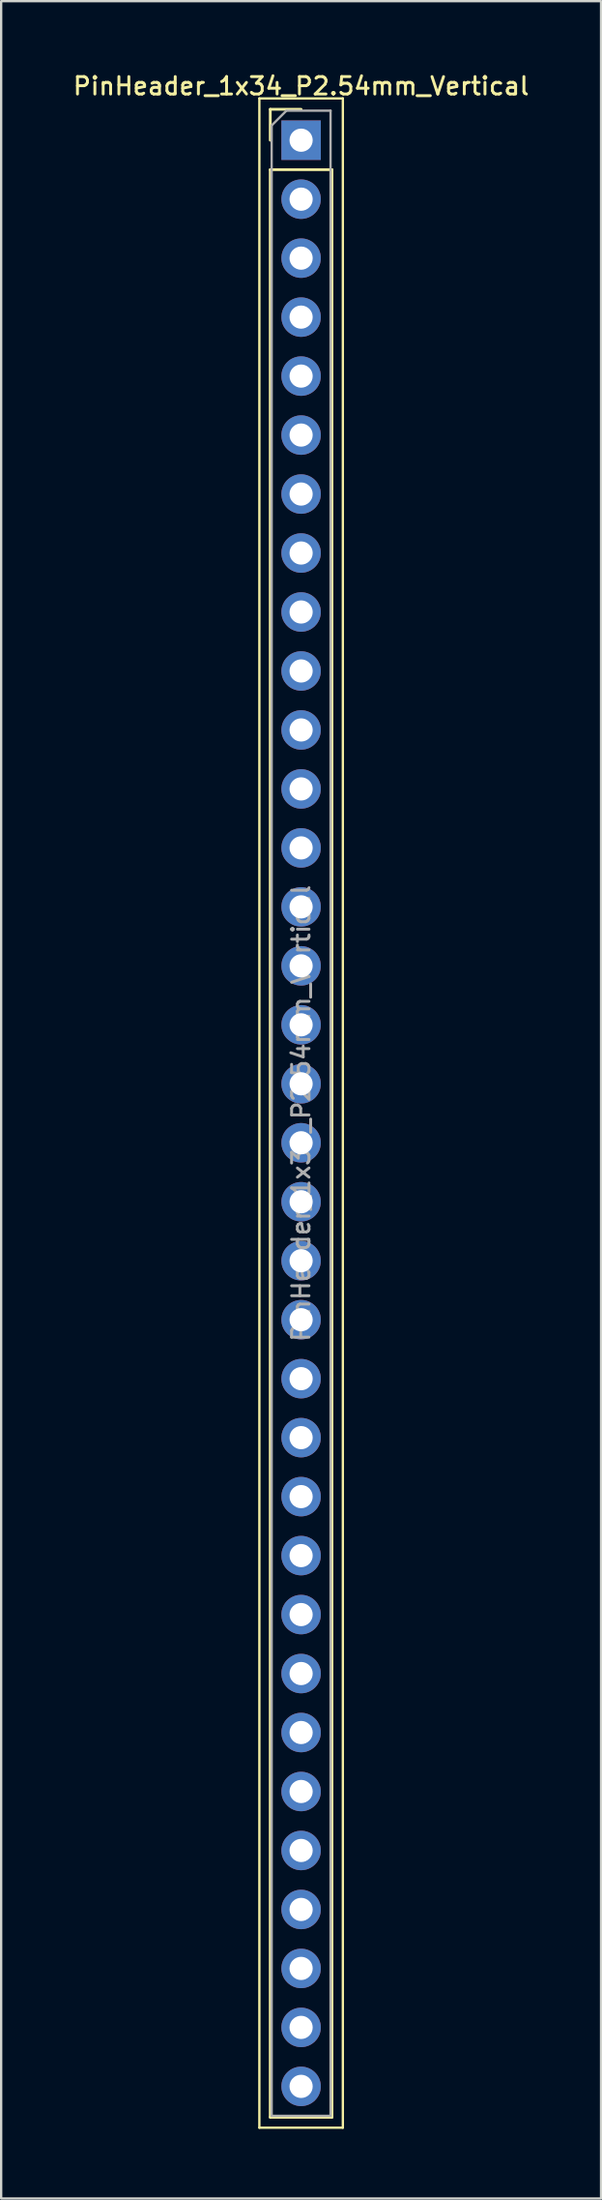
<source format=kicad_pcb>
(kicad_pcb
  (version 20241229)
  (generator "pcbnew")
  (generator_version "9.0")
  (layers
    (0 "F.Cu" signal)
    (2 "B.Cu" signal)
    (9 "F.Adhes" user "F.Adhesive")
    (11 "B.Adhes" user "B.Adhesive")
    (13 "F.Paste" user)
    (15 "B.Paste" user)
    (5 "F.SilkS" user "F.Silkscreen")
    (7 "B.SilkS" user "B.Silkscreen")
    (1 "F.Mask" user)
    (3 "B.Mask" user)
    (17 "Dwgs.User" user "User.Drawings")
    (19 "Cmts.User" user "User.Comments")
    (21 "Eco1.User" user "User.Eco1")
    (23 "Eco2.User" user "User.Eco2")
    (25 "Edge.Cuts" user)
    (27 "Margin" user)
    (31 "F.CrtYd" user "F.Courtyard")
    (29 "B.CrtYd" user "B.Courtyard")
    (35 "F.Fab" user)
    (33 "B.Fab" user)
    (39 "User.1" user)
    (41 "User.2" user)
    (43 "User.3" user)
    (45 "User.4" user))
  (footprint "PinHeader_1x34_P2.54mm_Vertical"
    (layer "F.Cu")
    (at 9.934 2.988)
    (property "Reference" "PinHeader_1x34_P2.54mm_Vertical" (at 0 -2.33 0) (layer "F.SilkS") (effects (font (size 0.75 0.75) (thickness 0.125))))
    (attr through_hole)
    (fp_line (start -1.8 -1.8) (end -1.8 85.6) (stroke (width 0.1) (type solid)) (layer "F.SilkS"))
    (fp_line (start -1.8 85.6) (end 1.8 85.6) (stroke (width 0.1) (type solid)) (layer "F.SilkS"))
    (fp_line (start -1.33 -1.33) (end 0 -1.33) (stroke (width 0.12) (type solid)) (layer "F.SilkS"))
    (fp_line (start -1.33 0) (end -1.33 -1.33) (stroke (width 0.12) (type solid)) (layer "F.SilkS"))
    (fp_line (start -1.33 1.27) (end -1.33 85.15) (stroke (width 0.12) (type solid)) (layer "F.SilkS"))
    (fp_line (start -1.33 1.27) (end 1.33 1.27) (stroke (width 0.12) (type solid)) (layer "F.SilkS"))
    (fp_line (start -1.33 85.15) (end 1.33 85.15) (stroke (width 0.12) (type solid)) (layer "F.SilkS"))
    (fp_line (start 1.33 1.27) (end 1.33 85.15) (stroke (width 0.12) (type solid)) (layer "F.SilkS"))
    (fp_line (start 1.8 -1.8) (end -1.8 -1.8) (stroke (width 0.1) (type solid)) (layer "F.SilkS"))
    (fp_line (start 1.8 85.6) (end 1.8 -1.8) (stroke (width 0.1) (type solid)) (layer "F.SilkS"))
    (fp_line (start -1.27 -0.635) (end -0.635 -1.27) (stroke (width 0.1) (type solid)) (layer "F.Fab"))
    (fp_line (start -1.27 85.09) (end -1.27 -0.635) (stroke (width 0.1) (type solid)) (layer "F.Fab"))
    (fp_line (start -0.635 -1.27) (end 1.27 -1.27) (stroke (width 0.1) (type solid)) (layer "F.Fab"))
    (fp_line (start 1.27 -1.27) (end 1.27 85.09) (stroke (width 0.1) (type solid)) (layer "F.Fab"))
    (fp_line (start 1.27 85.09) (end -1.27 85.09) (stroke (width 0.1) (type solid)) (layer "F.Fab"))
    (fp_text user "${REFERENCE}" (at 0 41.91 90) (layer "F.Fab") (effects (font (size 0.75 0.75) (thickness 0.125))))
    (pad "1" thru_hole rect (at 0 0) (size 1.7 1.7) (drill 1) (layers "*.Cu" "*.Mask"))
    (pad "2" thru_hole oval (at 0 2.54) (size 1.7 1.7) (drill 1) (layers "*.Cu" "*.Mask"))
    (pad "3" thru_hole oval (at 0 5.08) (size 1.7 1.7) (drill 1) (layers "*.Cu" "*.Mask"))
    (pad "4" thru_hole oval (at 0 7.62) (size 1.7 1.7) (drill 1) (layers "*.Cu" "*.Mask"))
    (pad "5" thru_hole oval (at 0 10.16) (size 1.7 1.7) (drill 1) (layers "*.Cu" "*.Mask"))
    (pad "6" thru_hole oval (at 0 12.7) (size 1.7 1.7) (drill 1) (layers "*.Cu" "*.Mask"))
    (pad "7" thru_hole oval (at 0 15.24) (size 1.7 1.7) (drill 1) (layers "*.Cu" "*.Mask"))
    (pad "8" thru_hole oval (at 0 17.78) (size 1.7 1.7) (drill 1) (layers "*.Cu" "*.Mask"))
    (pad "9" thru_hole oval (at 0 20.32) (size 1.7 1.7) (drill 1) (layers "*.Cu" "*.Mask"))
    (pad "10" thru_hole oval (at 0 22.86) (size 1.7 1.7) (drill 1) (layers "*.Cu" "*.Mask"))
    (pad "11" thru_hole oval (at 0 25.4) (size 1.7 1.7) (drill 1) (layers "*.Cu" "*.Mask"))
    (pad "12" thru_hole oval (at 0 27.94) (size 1.7 1.7) (drill 1) (layers "*.Cu" "*.Mask"))
    (pad "13" thru_hole oval (at 0 30.48) (size 1.7 1.7) (drill 1) (layers "*.Cu" "*.Mask"))
    (pad "14" thru_hole oval (at 0 33.02) (size 1.7 1.7) (drill 1) (layers "*.Cu" "*.Mask"))
    (pad "15" thru_hole oval (at 0 35.56) (size 1.7 1.7) (drill 1) (layers "*.Cu" "*.Mask"))
    (pad "16" thru_hole oval (at 0 38.1) (size 1.7 1.7) (drill 1) (layers "*.Cu" "*.Mask"))
    (pad "17" thru_hole oval (at 0 40.64) (size 1.7 1.7) (drill 1) (layers "*.Cu" "*.Mask"))
    (pad "18" thru_hole oval (at 0 43.18) (size 1.7 1.7) (drill 1) (layers "*.Cu" "*.Mask"))
    (pad "19" thru_hole oval (at 0 45.72) (size 1.7 1.7) (drill 1) (layers "*.Cu" "*.Mask"))
    (pad "20" thru_hole oval (at 0 48.26) (size 1.7 1.7) (drill 1) (layers "*.Cu" "*.Mask"))
    (pad "21" thru_hole oval (at 0 50.8) (size 1.7 1.7) (drill 1) (layers "*.Cu" "*.Mask"))
    (pad "22" thru_hole oval (at 0 53.34) (size 1.7 1.7) (drill 1) (layers "*.Cu" "*.Mask"))
    (pad "23" thru_hole oval (at 0 55.88) (size 1.7 1.7) (drill 1) (layers "*.Cu" "*.Mask"))
    (pad "24" thru_hole oval (at 0 58.42) (size 1.7 1.7) (drill 1) (layers "*.Cu" "*.Mask"))
    (pad "25" thru_hole oval (at 0 60.96) (size 1.7 1.7) (drill 1) (layers "*.Cu" "*.Mask"))
    (pad "26" thru_hole oval (at 0 63.5) (size 1.7 1.7) (drill 1) (layers "*.Cu" "*.Mask"))
    (pad "27" thru_hole oval (at 0 66.04) (size 1.7 1.7) (drill 1) (layers "*.Cu" "*.Mask"))
    (pad "28" thru_hole oval (at 0 68.58) (size 1.7 1.7) (drill 1) (layers "*.Cu" "*.Mask"))
    (pad "29" thru_hole oval (at 0 71.12) (size 1.7 1.7) (drill 1) (layers "*.Cu" "*.Mask"))
    (pad "30" thru_hole oval (at 0 73.66) (size 1.7 1.7) (drill 1) (layers "*.Cu" "*.Mask"))
    (pad "31" thru_hole oval (at 0 76.2) (size 1.7 1.7) (drill 1) (layers "*.Cu" "*.Mask"))
    (pad "32" thru_hole oval (at 0 78.74) (size 1.7 1.7) (drill 1) (layers "*.Cu" "*.Mask"))
    (pad "33" thru_hole oval (at 0 81.28) (size 1.7 1.7) (drill 1) (layers "*.Cu" "*.Mask"))
    (pad "34" thru_hole oval (at 0 83.82) (size 1.7 1.7) (drill 1) (layers "*.Cu" "*.Mask")))
  (gr_rect
    (start -3 -3)
    (end 22.868 91.638)
    (stroke (width 0.1) (type default))
    (fill no)
    (layer "Edge.Cuts")))
</source>
